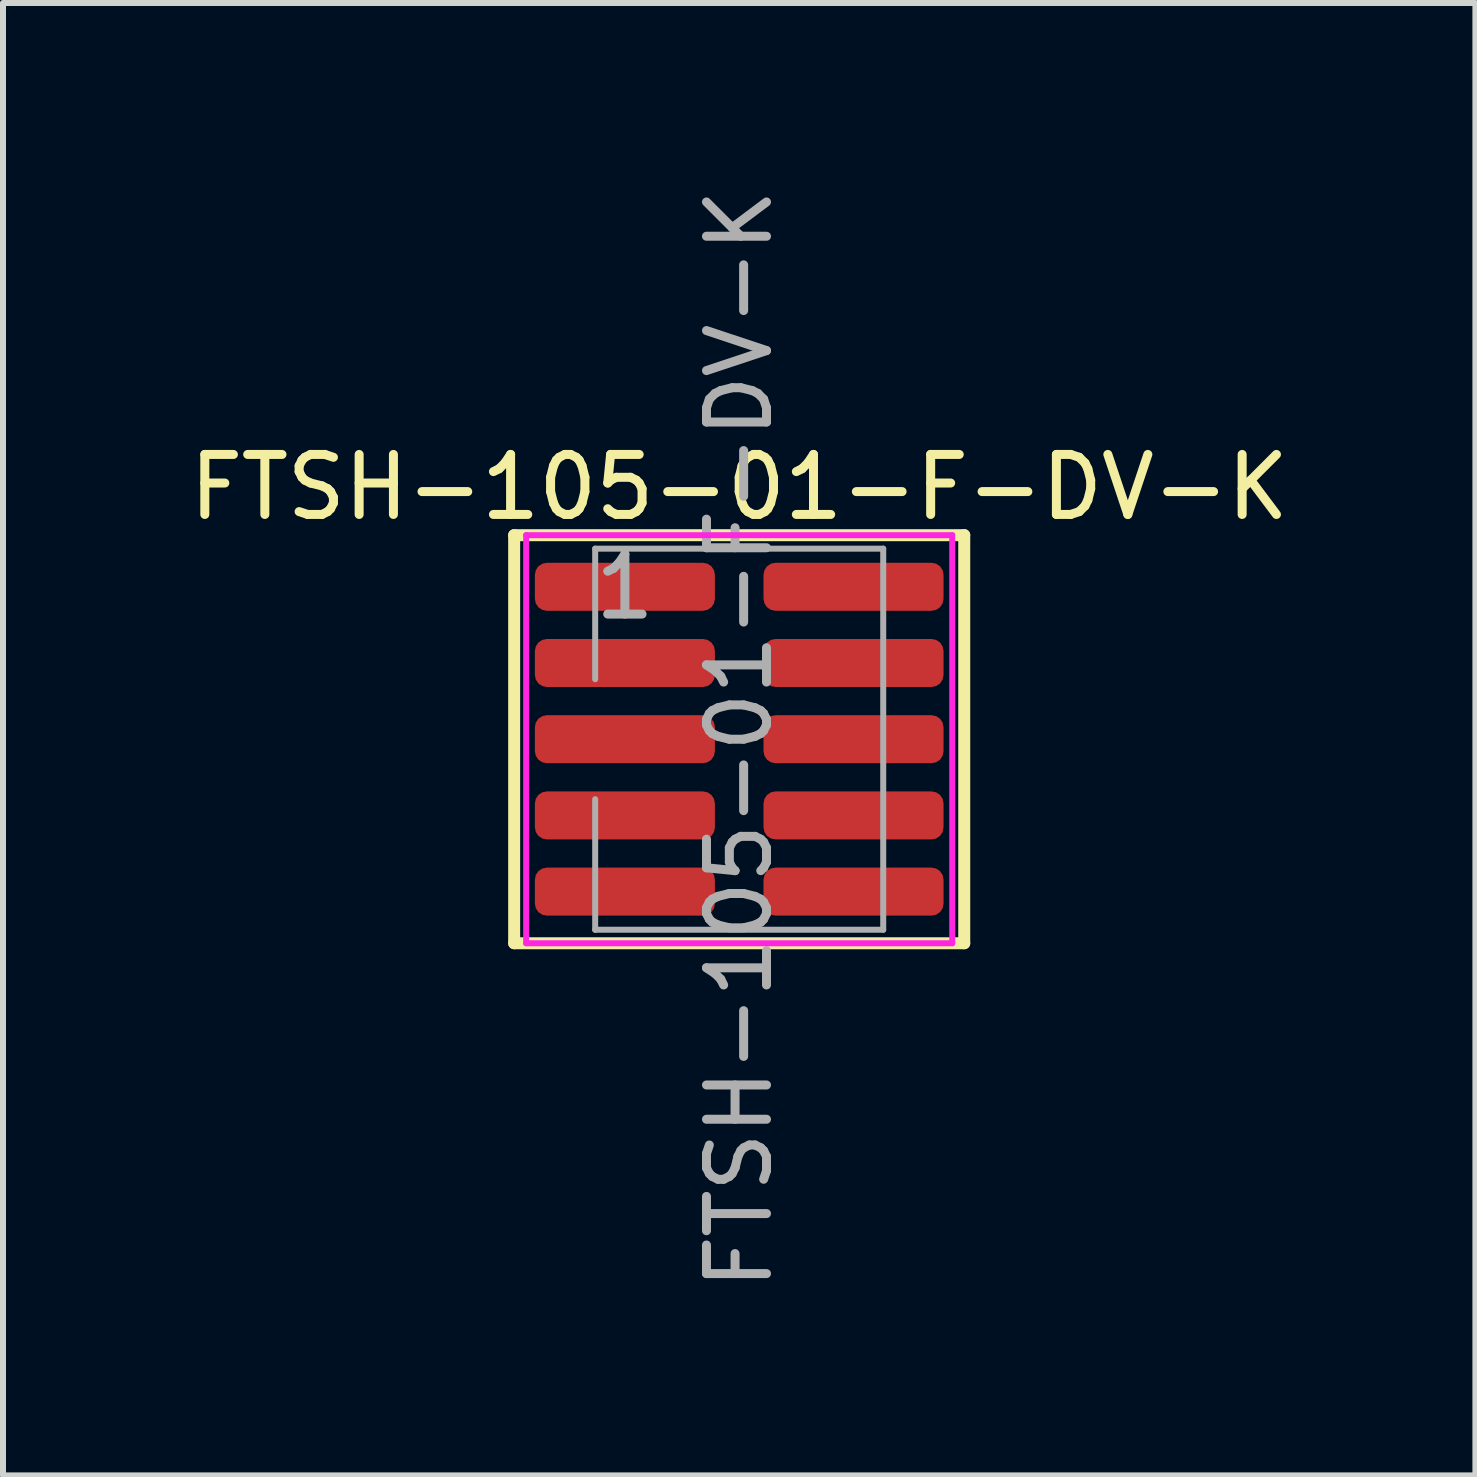
<source format=kicad_pcb>
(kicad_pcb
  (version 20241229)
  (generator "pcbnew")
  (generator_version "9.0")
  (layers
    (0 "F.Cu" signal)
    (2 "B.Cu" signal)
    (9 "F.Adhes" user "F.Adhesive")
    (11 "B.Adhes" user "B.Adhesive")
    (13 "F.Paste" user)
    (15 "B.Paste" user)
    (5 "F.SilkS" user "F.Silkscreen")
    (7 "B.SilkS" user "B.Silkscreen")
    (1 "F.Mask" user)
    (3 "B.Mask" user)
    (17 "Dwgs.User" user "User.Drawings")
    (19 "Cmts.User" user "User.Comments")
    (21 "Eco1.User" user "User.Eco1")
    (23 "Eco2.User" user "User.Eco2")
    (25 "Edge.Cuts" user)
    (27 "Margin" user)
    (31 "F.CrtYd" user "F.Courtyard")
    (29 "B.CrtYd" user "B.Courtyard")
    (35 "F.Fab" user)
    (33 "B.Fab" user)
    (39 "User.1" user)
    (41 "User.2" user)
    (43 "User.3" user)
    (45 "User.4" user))
  (footprint "FTSH-105-01-F-DV-K"
    (layer "F.Cu")
    (at 9.268 9.268)
    (property "Reference" "FTSH-105-01-F-DV-K" (at 0 0 90) (layer "F.Fab") (effects (font (size 1 1) (thickness 0.15))))
    (attr through_hole)
    (fp_line (start -3.75 -3.4) (end 3.75 -3.4) (stroke (width 0.2) (type solid)) (layer "F.SilkS"))
    (fp_line (start -3.75 3.4) (end -3.75 -3.4) (stroke (width 0.2) (type solid)) (layer "F.SilkS"))
    (fp_line (start 3.75 -3.4) (end 3.75 3.4) (stroke (width 0.2) (type solid)) (layer "F.SilkS"))
    (fp_line (start 3.75 3.4) (end -3.75 3.4) (stroke (width 0.2) (type solid)) (layer "F.SilkS"))
    (fp_line (start -3.55 -3.4) (end 3.55 -3.4) (stroke (width 0.1) (type solid)) (layer "F.CrtYd"))
    (fp_line (start -3.55 3.4) (end -3.55 -3.4) (stroke (width 0.1) (type solid)) (layer "F.CrtYd"))
    (fp_line (start 3.55 -3.4) (end 3.55 3.4) (stroke (width 0.1) (type solid)) (layer "F.CrtYd"))
    (fp_line (start 3.55 3.4) (end -3.55 3.4) (stroke (width 0.1) (type solid)) (layer "F.CrtYd"))
    (fp_line (start -2.4 -3.175) (end -2.4 -1) (stroke (width 0.1) (type solid)) (layer "F.Fab"))
    (fp_line (start -2.4 -3.175) (end 2.4 -3.175) (stroke (width 0.1) (type solid)) (layer "F.Fab"))
    (fp_line (start -2.4 3.175) (end -2.4 1) (stroke (width 0.1) (type solid)) (layer "F.Fab"))
    (fp_line (start 2.4 -3.175) (end 2.4 3.175) (stroke (width 0.1) (type solid)) (layer "F.Fab"))
    (fp_line (start 2.4 3.175) (end -2.4 3.175) (stroke (width 0.1) (type solid)) (layer "F.Fab"))
    (fp_text user "${REFERENCE}" (at 0 -4.2 0) (layer "F.SilkS") (effects (font (size 1 1) (thickness 0.15))))
    (fp_text user "1" (at -1.905 -2.54 0) (layer "F.Fab") (effects (font (size 1 1) (thickness 0.15))))
    (pad "1" smd roundrect (at -1.905 -2.54) (size 3 0.8) (layers "F.Cu" "F.Mask" "F.Paste") (roundrect_rratio 0.25))
    (pad "2" smd roundrect (at 1.905 -2.54) (size 3 0.8) (layers "F.Cu" "F.Mask" "F.Paste") (roundrect_rratio 0.25))
    (pad "3" smd roundrect (at -1.905 -1.27) (size 3 0.8) (layers "F.Cu" "F.Mask" "F.Paste") (roundrect_rratio 0.25))
    (pad "4" smd roundrect (at 1.905 -1.27) (size 3 0.8) (layers "F.Cu" "F.Mask" "F.Paste") (roundrect_rratio 0.25))
    (pad "5" smd roundrect (at -1.905 0) (size 3 0.8) (layers "F.Cu" "F.Mask" "F.Paste") (roundrect_rratio 0.25))
    (pad "6" smd roundrect (at 1.905 0) (size 3 0.8) (layers "F.Cu" "F.Mask" "F.Paste") (roundrect_rratio 0.25))
    (pad "7" smd roundrect (at -1.905 1.27) (size 3 0.8) (layers "F.Cu" "F.Mask" "F.Paste") (roundrect_rratio 0.25))
    (pad "8" smd roundrect (at 1.905 1.27) (size 3 0.8) (layers "F.Cu" "F.Mask" "F.Paste") (roundrect_rratio 0.25))
    (pad "9" smd roundrect (at -1.905 2.54) (size 3 0.8) (layers "F.Cu" "F.Mask" "F.Paste") (roundrect_rratio 0.25))
    (pad "10" smd roundrect (at 1.905 2.54) (size 3 0.8) (layers "F.Cu" "F.Mask" "F.Paste") (roundrect_rratio 0.25)))
  (gr_rect
    (start -3 -3)
    (end 21.536 21.536)
    (stroke (width 0.1) (type default))
    (fill no)
    (layer "Edge.Cuts")))
</source>
